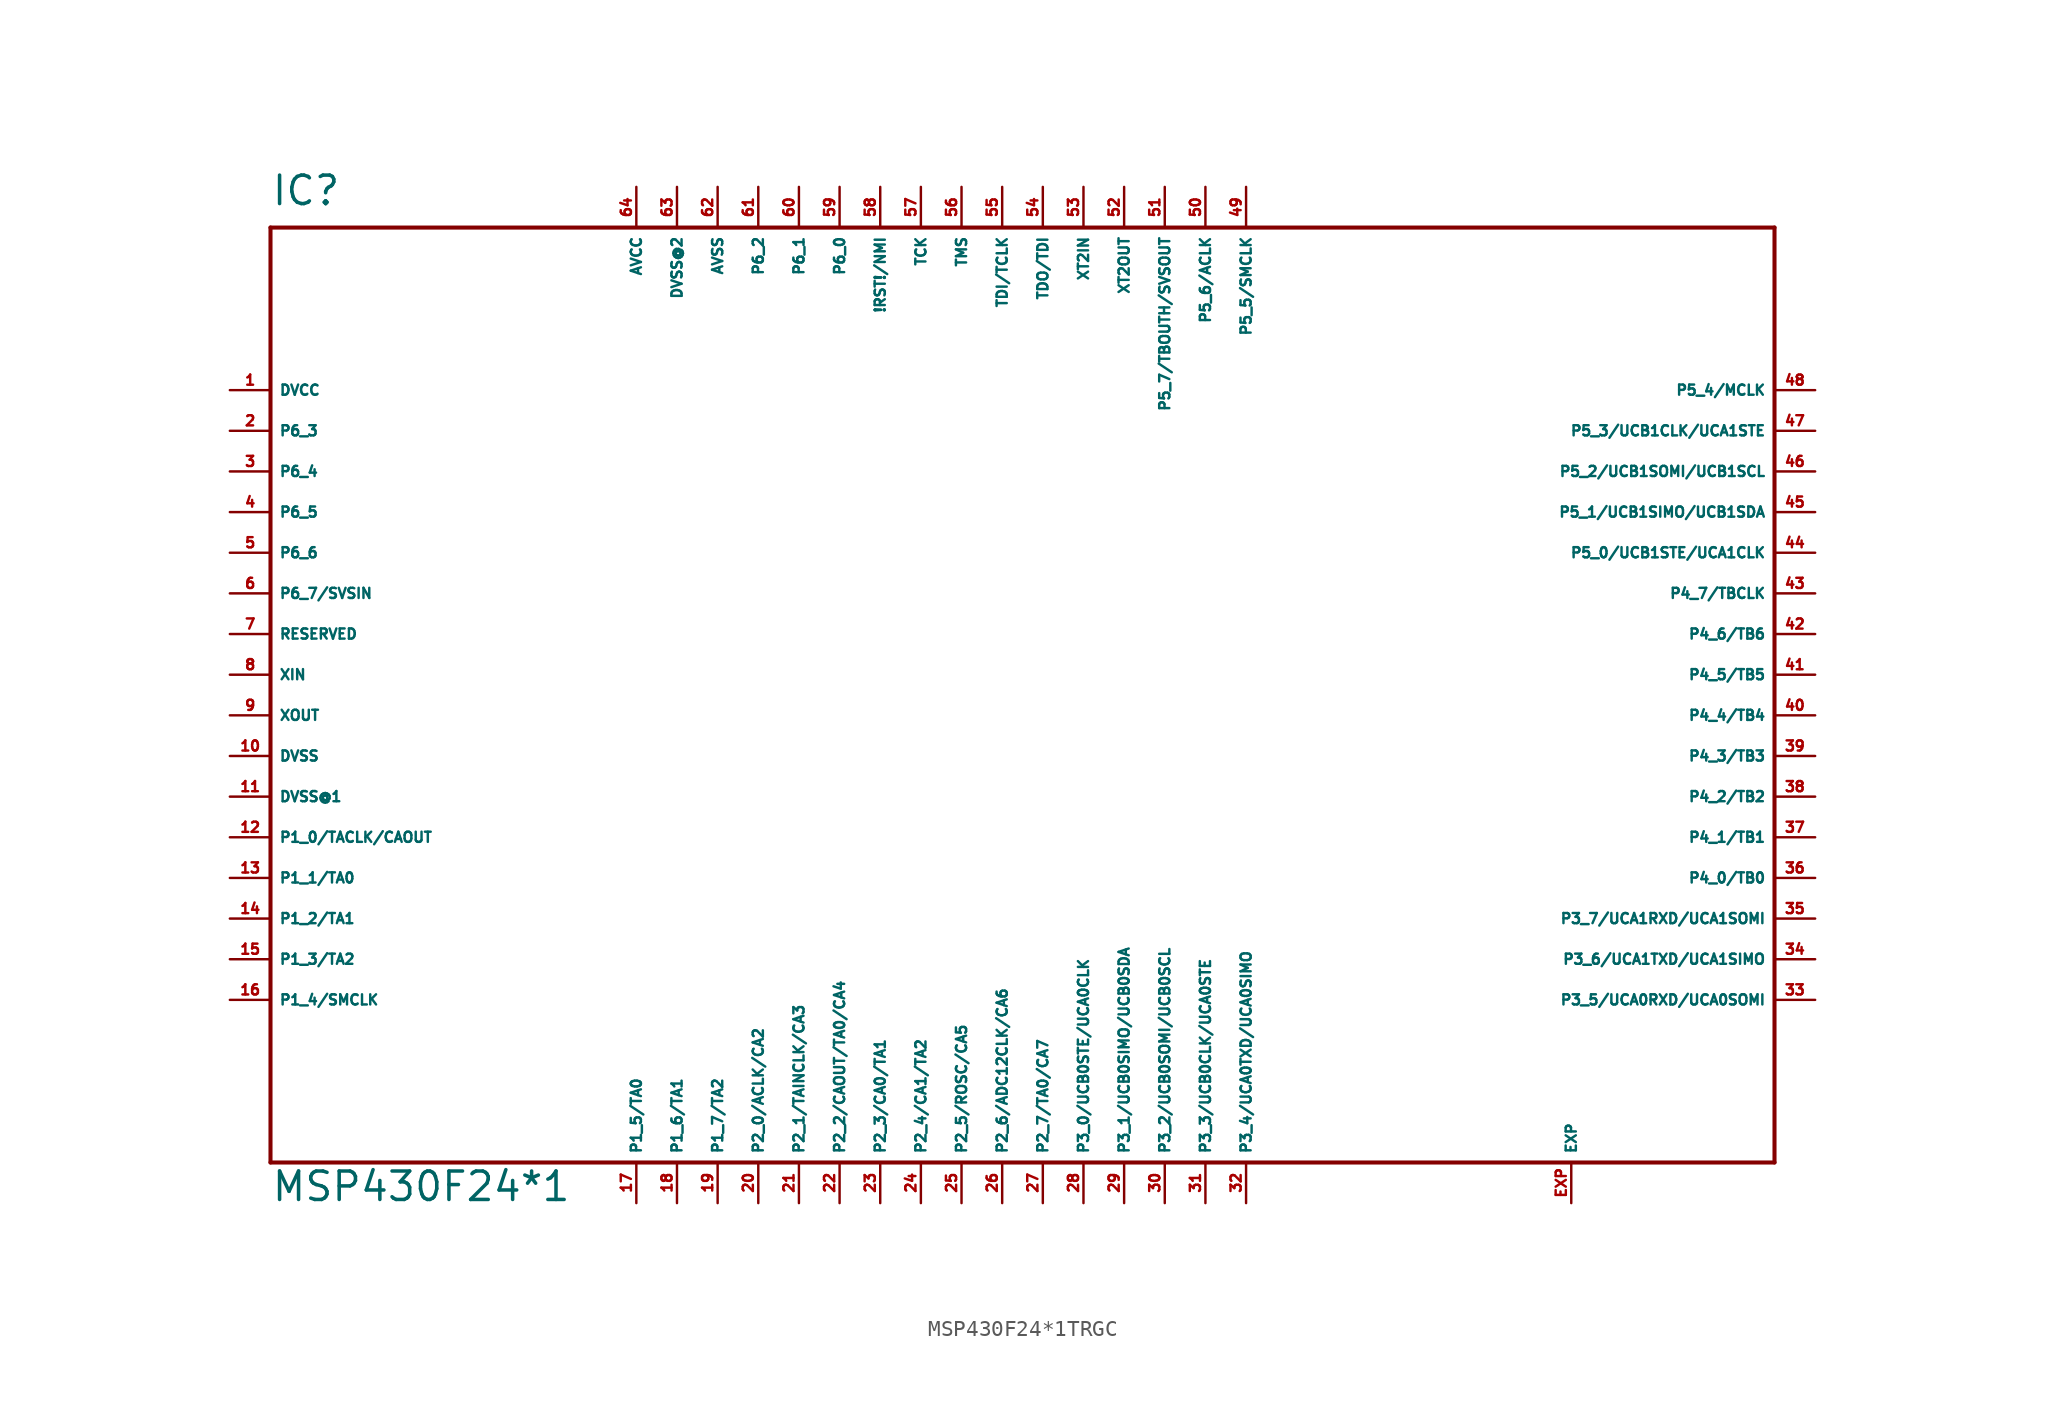
<source format=kicad_sym>
(kicad_symbol_lib
  (version 20220914)
  (generator Eagle2Kicad)
  (symbol "MSP430F24*1TRGC"
    (property "Reference" "IC"
      (at -43.18 29.21 0)
      (effects (font (size 1.778 1.778) (thickness 0.22)) (justify left bottom)))
    (property "Value" "MSP430F24*1"
      (at -43.18 -33.02 0)
      (effects (font (size 1.778 1.778) (thickness 0.22)) (justify left bottom)))
    (polyline
      (pts (xy -43.18 -30.48) (xy 50.8 -30.48))
      (stroke (width 0.254) (type default))
      (fill (type none)))
    (polyline
      (pts (xy 50.8 -30.48) (xy 50.8 27.94))
      (stroke (width 0.254) (type default))
      (fill (type none)))
    (polyline
      (pts (xy 50.8 27.94) (xy -43.18 27.94))
      (stroke (width 0.254) (type default))
      (fill (type none)))
    (polyline
      (pts (xy -43.18 27.94) (xy -43.18 -30.48))
      (stroke (width 0.254) (type default))
      (fill (type none)))
    (pin unspecified line
      (at -45.72 17.78 0)
      (length 2.54)
      (name "DVCC" (effects (font (size 0.635 0.635) (thickness 0.08)) (justify left bottom)))
      (number "1" (effects (font (size 0.635 0.635) (thickness 0.08)) (justify left bottom))))
    (pin bidirectional line
      (at -45.72 15.24 0)
      (length 2.54)
      (name "P6_3" (effects (font (size 0.635 0.635) (thickness 0.08)) (justify left bottom)))
      (number "2" (effects (font (size 0.635 0.635) (thickness 0.08)) (justify left bottom))))
    (pin bidirectional line
      (at -45.72 12.7 0)
      (length 2.54)
      (name "P6_4" (effects (font (size 0.635 0.635) (thickness 0.08)) (justify left bottom)))
      (number "3" (effects (font (size 0.635 0.635) (thickness 0.08)) (justify left bottom))))
    (pin bidirectional line
      (at -45.72 10.16 0)
      (length 2.54)
      (name "P6_5" (effects (font (size 0.635 0.635) (thickness 0.08)) (justify left bottom)))
      (number "4" (effects (font (size 0.635 0.635) (thickness 0.08)) (justify left bottom))))
    (pin bidirectional line
      (at -45.72 7.62 0)
      (length 2.54)
      (name "P6_6" (effects (font (size 0.635 0.635) (thickness 0.08)) (justify left bottom)))
      (number "5" (effects (font (size 0.635 0.635) (thickness 0.08)) (justify left bottom))))
    (pin bidirectional line
      (at -45.72 5.08 0)
      (length 2.54)
      (name "P6_7/SVSIN" (effects (font (size 0.635 0.635) (thickness 0.08)) (justify left bottom)))
      (number "6" (effects (font (size 0.635 0.635) (thickness 0.08)) (justify left bottom))))
    (pin output line
      (at -45.72 2.54 0)
      (length 2.54)
      (name "RESERVED" (effects (font (size 0.635 0.635) (thickness 0.08)) (justify left bottom)))
      (number "7" (effects (font (size 0.635 0.635) (thickness 0.08)) (justify left bottom))))
    (pin input line
      (at -45.72 0 0)
      (length 2.54)
      (name "XIN" (effects (font (size 0.635 0.635) (thickness 0.08)) (justify left bottom)))
      (number "8" (effects (font (size 0.635 0.635) (thickness 0.08)) (justify left bottom))))
    (pin output line
      (at -45.72 -2.54 0)
      (length 2.54)
      (name "XOUT" (effects (font (size 0.635 0.635) (thickness 0.08)) (justify left bottom)))
      (number "9" (effects (font (size 0.635 0.635) (thickness 0.08)) (justify left bottom))))
    (pin input line
      (at -45.72 -5.08 0)
      (length 2.54)
      (name "DVSS" (effects (font (size 0.635 0.635) (thickness 0.08)) (justify left bottom)))
      (number "10" (effects (font (size 0.635 0.635) (thickness 0.08)) (justify left bottom))))
    (pin input line
      (at -45.72 -7.62 0)
      (length 2.54)
      (name "DVSS@1" (effects (font (size 0.635 0.635) (thickness 0.08)) (justify left bottom)))
      (number "11" (effects (font (size 0.635 0.635) (thickness 0.08)) (justify left bottom))))
    (pin bidirectional line
      (at -45.72 -10.16 0)
      (length 2.54)
      (name "P1_0/TACLK/CAOUT" (effects (font (size 0.635 0.635) (thickness 0.08)) (justify left bottom)))
      (number "12" (effects (font (size 0.635 0.635) (thickness 0.08)) (justify left bottom))))
    (pin bidirectional line
      (at -45.72 -12.7 0)
      (length 2.54)
      (name "P1_1/TA0" (effects (font (size 0.635 0.635) (thickness 0.08)) (justify left bottom)))
      (number "13" (effects (font (size 0.635 0.635) (thickness 0.08)) (justify left bottom))))
    (pin bidirectional line
      (at -45.72 -15.24 0)
      (length 2.54)
      (name "P1_2/TA1" (effects (font (size 0.635 0.635) (thickness 0.08)) (justify left bottom)))
      (number "14" (effects (font (size 0.635 0.635) (thickness 0.08)) (justify left bottom))))
    (pin bidirectional line
      (at -45.72 -17.78 0)
      (length 2.54)
      (name "P1_3/TA2" (effects (font (size 0.635 0.635) (thickness 0.08)) (justify left bottom)))
      (number "15" (effects (font (size 0.635 0.635) (thickness 0.08)) (justify left bottom))))
    (pin bidirectional line
      (at -45.72 -20.32 0)
      (length 2.54)
      (name "P1_4/SMCLK" (effects (font (size 0.635 0.635) (thickness 0.08)) (justify left bottom)))
      (number "16" (effects (font (size 0.635 0.635) (thickness 0.08)) (justify left bottom))))
    (pin bidirectional line
      (at -20.32 -33.02 90)
      (length 2.54)
      (name "P1_5/TA0" (effects (font (size 0.635 0.635) (thickness 0.08)) (justify left bottom)))
      (number "17" (effects (font (size 0.635 0.635) (thickness 0.08)) (justify left bottom))))
    (pin bidirectional line
      (at -17.78 -33.02 90)
      (length 2.54)
      (name "P1_6/TA1" (effects (font (size 0.635 0.635) (thickness 0.08)) (justify left bottom)))
      (number "18" (effects (font (size 0.635 0.635) (thickness 0.08)) (justify left bottom))))
    (pin bidirectional line
      (at -15.24 -33.02 90)
      (length 2.54)
      (name "P1_7/TA2" (effects (font (size 0.635 0.635) (thickness 0.08)) (justify left bottom)))
      (number "19" (effects (font (size 0.635 0.635) (thickness 0.08)) (justify left bottom))))
    (pin bidirectional line
      (at -12.7 -33.02 90)
      (length 2.54)
      (name "P2_0/ACLK/CA2" (effects (font (size 0.635 0.635) (thickness 0.08)) (justify left bottom)))
      (number "20" (effects (font (size 0.635 0.635) (thickness 0.08)) (justify left bottom))))
    (pin bidirectional line
      (at -10.16 -33.02 90)
      (length 2.54)
      (name "P2_1/TAINCLK/CA3" (effects (font (size 0.635 0.635) (thickness 0.08)) (justify left bottom)))
      (number "21" (effects (font (size 0.635 0.635) (thickness 0.08)) (justify left bottom))))
    (pin bidirectional line
      (at -7.62 -33.02 90)
      (length 2.54)
      (name "P2_2/CAOUT/TA0/CA4" (effects (font (size 0.635 0.635) (thickness 0.08)) (justify left bottom)))
      (number "22" (effects (font (size 0.635 0.635) (thickness 0.08)) (justify left bottom))))
    (pin bidirectional line
      (at -5.08 -33.02 90)
      (length 2.54)
      (name "P2_3/CA0/TA1" (effects (font (size 0.635 0.635) (thickness 0.08)) (justify left bottom)))
      (number "23" (effects (font (size 0.635 0.635) (thickness 0.08)) (justify left bottom))))
    (pin bidirectional line
      (at -2.54 -33.02 90)
      (length 2.54)
      (name "P2_4/CA1/TA2" (effects (font (size 0.635 0.635) (thickness 0.08)) (justify left bottom)))
      (number "24" (effects (font (size 0.635 0.635) (thickness 0.08)) (justify left bottom))))
    (pin bidirectional line
      (at 0 -33.02 90)
      (length 2.54)
      (name "P2_5/ROSC/CA5" (effects (font (size 0.635 0.635) (thickness 0.08)) (justify left bottom)))
      (number "25" (effects (font (size 0.635 0.635) (thickness 0.08)) (justify left bottom))))
    (pin bidirectional line
      (at 2.54 -33.02 90)
      (length 2.54)
      (name "P2_6/ADC12CLK/CA6" (effects (font (size 0.635 0.635) (thickness 0.08)) (justify left bottom)))
      (number "26" (effects (font (size 0.635 0.635) (thickness 0.08)) (justify left bottom))))
    (pin bidirectional line
      (at 5.08 -33.02 90)
      (length 2.54)
      (name "P2_7/TA0/CA7" (effects (font (size 0.635 0.635) (thickness 0.08)) (justify left bottom)))
      (number "27" (effects (font (size 0.635 0.635) (thickness 0.08)) (justify left bottom))))
    (pin bidirectional line
      (at 7.62 -33.02 90)
      (length 2.54)
      (name "P3_0/UCB0STE/UCA0CLK" (effects (font (size 0.635 0.635) (thickness 0.08)) (justify left bottom)))
      (number "28" (effects (font (size 0.635 0.635) (thickness 0.08)) (justify left bottom))))
    (pin bidirectional line
      (at 10.16 -33.02 90)
      (length 2.54)
      (name "P3_1/UCB0SIMO/UCB0SDA" (effects (font (size 0.635 0.635) (thickness 0.08)) (justify left bottom)))
      (number "29" (effects (font (size 0.635 0.635) (thickness 0.08)) (justify left bottom))))
    (pin bidirectional line
      (at 12.7 -33.02 90)
      (length 2.54)
      (name "P3_2/UCB0SOMI/UCB0SCL" (effects (font (size 0.635 0.635) (thickness 0.08)) (justify left bottom)))
      (number "30" (effects (font (size 0.635 0.635) (thickness 0.08)) (justify left bottom))))
    (pin bidirectional line
      (at 15.24 -33.02 90)
      (length 2.54)
      (name "P3_3/UCB0CLK/UCA0STE" (effects (font (size 0.635 0.635) (thickness 0.08)) (justify left bottom)))
      (number "31" (effects (font (size 0.635 0.635) (thickness 0.08)) (justify left bottom))))
    (pin bidirectional line
      (at 17.78 -33.02 90)
      (length 2.54)
      (name "P3_4/UCA0TXD/UCA0SIMO" (effects (font (size 0.635 0.635) (thickness 0.08)) (justify left bottom)))
      (number "32" (effects (font (size 0.635 0.635) (thickness 0.08)) (justify left bottom))))
    (pin bidirectional line
      (at 53.34 -20.32 180)
      (length 2.54)
      (name "P3_5/UCA0RXD/UCA0SOMI" (effects (font (size 0.635 0.635) (thickness 0.08)) (justify left bottom)))
      (number "33" (effects (font (size 0.635 0.635) (thickness 0.08)) (justify left bottom))))
    (pin bidirectional line
      (at 53.34 -17.78 180)
      (length 2.54)
      (name "P3_6/UCA1TXD/UCA1SIMO" (effects (font (size 0.635 0.635) (thickness 0.08)) (justify left bottom)))
      (number "34" (effects (font (size 0.635 0.635) (thickness 0.08)) (justify left bottom))))
    (pin bidirectional line
      (at 53.34 -15.24 180)
      (length 2.54)
      (name "P3_7/UCA1RXD/UCA1SOMI" (effects (font (size 0.635 0.635) (thickness 0.08)) (justify left bottom)))
      (number "35" (effects (font (size 0.635 0.635) (thickness 0.08)) (justify left bottom))))
    (pin bidirectional line
      (at 53.34 -12.7 180)
      (length 2.54)
      (name "P4_0/TB0" (effects (font (size 0.635 0.635) (thickness 0.08)) (justify left bottom)))
      (number "36" (effects (font (size 0.635 0.635) (thickness 0.08)) (justify left bottom))))
    (pin bidirectional line
      (at 53.34 -10.16 180)
      (length 2.54)
      (name "P4_1/TB1" (effects (font (size 0.635 0.635) (thickness 0.08)) (justify left bottom)))
      (number "37" (effects (font (size 0.635 0.635) (thickness 0.08)) (justify left bottom))))
    (pin bidirectional line
      (at 53.34 -7.62 180)
      (length 2.54)
      (name "P4_2/TB2" (effects (font (size 0.635 0.635) (thickness 0.08)) (justify left bottom)))
      (number "38" (effects (font (size 0.635 0.635) (thickness 0.08)) (justify left bottom))))
    (pin bidirectional line
      (at 53.34 -5.08 180)
      (length 2.54)
      (name "P4_3/TB3" (effects (font (size 0.635 0.635) (thickness 0.08)) (justify left bottom)))
      (number "39" (effects (font (size 0.635 0.635) (thickness 0.08)) (justify left bottom))))
    (pin bidirectional line
      (at 53.34 -2.54 180)
      (length 2.54)
      (name "P4_4/TB4" (effects (font (size 0.635 0.635) (thickness 0.08)) (justify left bottom)))
      (number "40" (effects (font (size 0.635 0.635) (thickness 0.08)) (justify left bottom))))
    (pin bidirectional line
      (at 53.34 0 180)
      (length 2.54)
      (name "P4_5/TB5" (effects (font (size 0.635 0.635) (thickness 0.08)) (justify left bottom)))
      (number "41" (effects (font (size 0.635 0.635) (thickness 0.08)) (justify left bottom))))
    (pin bidirectional line
      (at 53.34 2.54 180)
      (length 2.54)
      (name "P4_6/TB6" (effects (font (size 0.635 0.635) (thickness 0.08)) (justify left bottom)))
      (number "42" (effects (font (size 0.635 0.635) (thickness 0.08)) (justify left bottom))))
    (pin bidirectional line
      (at 53.34 5.08 180)
      (length 2.54)
      (name "P4_7/TBCLK" (effects (font (size 0.635 0.635) (thickness 0.08)) (justify left bottom)))
      (number "43" (effects (font (size 0.635 0.635) (thickness 0.08)) (justify left bottom))))
    (pin bidirectional line
      (at 53.34 7.62 180)
      (length 2.54)
      (name "P5_0/UCB1STE/UCA1CLK" (effects (font (size 0.635 0.635) (thickness 0.08)) (justify left bottom)))
      (number "44" (effects (font (size 0.635 0.635) (thickness 0.08)) (justify left bottom))))
    (pin bidirectional line
      (at 53.34 10.16 180)
      (length 2.54)
      (name "P5_1/UCB1SIMO/UCB1SDA" (effects (font (size 0.635 0.635) (thickness 0.08)) (justify left bottom)))
      (number "45" (effects (font (size 0.635 0.635) (thickness 0.08)) (justify left bottom))))
    (pin bidirectional line
      (at 53.34 12.7 180)
      (length 2.54)
      (name "P5_2/UCB1SOMI/UCB1SCL" (effects (font (size 0.635 0.635) (thickness 0.08)) (justify left bottom)))
      (number "46" (effects (font (size 0.635 0.635) (thickness 0.08)) (justify left bottom))))
    (pin bidirectional line
      (at 53.34 15.24 180)
      (length 2.54)
      (name "P5_3/UCB1CLK/UCA1STE" (effects (font (size 0.635 0.635) (thickness 0.08)) (justify left bottom)))
      (number "47" (effects (font (size 0.635 0.635) (thickness 0.08)) (justify left bottom))))
    (pin bidirectional line
      (at 53.34 17.78 180)
      (length 2.54)
      (name "P5_4/MCLK" (effects (font (size 0.635 0.635) (thickness 0.08)) (justify left bottom)))
      (number "48" (effects (font (size 0.635 0.635) (thickness 0.08)) (justify left bottom))))
    (pin bidirectional line
      (at 17.78 30.48 270)
      (length 2.54)
      (name "P5_5/SMCLK" (effects (font (size 0.635 0.635) (thickness 0.08)) (justify left bottom)))
      (number "49" (effects (font (size 0.635 0.635) (thickness 0.08)) (justify left bottom))))
    (pin bidirectional line
      (at 15.24 30.48 270)
      (length 2.54)
      (name "P5_6/ACLK" (effects (font (size 0.635 0.635) (thickness 0.08)) (justify left bottom)))
      (number "50" (effects (font (size 0.635 0.635) (thickness 0.08)) (justify left bottom))))
    (pin bidirectional line
      (at 12.7 30.48 270)
      (length 2.54)
      (name "P5_7/TBOUTH/SVSOUT" (effects (font (size 0.635 0.635) (thickness 0.08)) (justify left bottom)))
      (number "51" (effects (font (size 0.635 0.635) (thickness 0.08)) (justify left bottom))))
    (pin output line
      (at 10.16 30.48 270)
      (length 2.54)
      (name "XT2OUT" (effects (font (size 0.635 0.635) (thickness 0.08)) (justify left bottom)))
      (number "52" (effects (font (size 0.635 0.635) (thickness 0.08)) (justify left bottom))))
    (pin input line
      (at 7.62 30.48 270)
      (length 2.54)
      (name "XT2IN" (effects (font (size 0.635 0.635) (thickness 0.08)) (justify left bottom)))
      (number "53" (effects (font (size 0.635 0.635) (thickness 0.08)) (justify left bottom))))
    (pin bidirectional line
      (at 5.08 30.48 270)
      (length 2.54)
      (name "TDO/TDI" (effects (font (size 0.635 0.635) (thickness 0.08)) (justify left bottom)))
      (number "54" (effects (font (size 0.635 0.635) (thickness 0.08)) (justify left bottom))))
    (pin input line
      (at 2.54 30.48 270)
      (length 2.54)
      (name "TDI/TCLK" (effects (font (size 0.635 0.635) (thickness 0.08)) (justify left bottom)))
      (number "55" (effects (font (size 0.635 0.635) (thickness 0.08)) (justify left bottom))))
    (pin input line
      (at 0 30.48 270)
      (length 2.54)
      (name "TMS" (effects (font (size 0.635 0.635) (thickness 0.08)) (justify left bottom)))
      (number "56" (effects (font (size 0.635 0.635) (thickness 0.08)) (justify left bottom))))
    (pin input line
      (at -2.54 30.48 270)
      (length 2.54)
      (name "TCK" (effects (font (size 0.635 0.635) (thickness 0.08)) (justify left bottom)))
      (number "57" (effects (font (size 0.635 0.635) (thickness 0.08)) (justify left bottom))))
    (pin input line
      (at -5.08 30.48 270)
      (length 2.54)
      (name "!RST!/NMI" (effects (font (size 0.635 0.635) (thickness 0.08)) (justify left bottom)))
      (number "58" (effects (font (size 0.635 0.635) (thickness 0.08)) (justify left bottom))))
    (pin bidirectional line
      (at -7.62 30.48 270)
      (length 2.54)
      (name "P6_0" (effects (font (size 0.635 0.635) (thickness 0.08)) (justify left bottom)))
      (number "59" (effects (font (size 0.635 0.635) (thickness 0.08)) (justify left bottom))))
    (pin bidirectional line
      (at -10.16 30.48 270)
      (length 2.54)
      (name "P6_1" (effects (font (size 0.635 0.635) (thickness 0.08)) (justify left bottom)))
      (number "60" (effects (font (size 0.635 0.635) (thickness 0.08)) (justify left bottom))))
    (pin bidirectional line
      (at -12.7 30.48 270)
      (length 2.54)
      (name "P6_2" (effects (font (size 0.635 0.635) (thickness 0.08)) (justify left bottom)))
      (number "61" (effects (font (size 0.635 0.635) (thickness 0.08)) (justify left bottom))))
    (pin unspecified line
      (at -15.24 30.48 270)
      (length 2.54)
      (name "AVSS" (effects (font (size 0.635 0.635) (thickness 0.08)) (justify left bottom)))
      (number "62" (effects (font (size 0.635 0.635) (thickness 0.08)) (justify left bottom))))
    (pin unspecified line
      (at -17.78 30.48 270)
      (length 2.54)
      (name "DVSS@2" (effects (font (size 0.635 0.635) (thickness 0.08)) (justify left bottom)))
      (number "63" (effects (font (size 0.635 0.635) (thickness 0.08)) (justify left bottom))))
    (pin unspecified line
      (at -20.32 30.48 270)
      (length 2.54)
      (name "AVCC" (effects (font (size 0.635 0.635) (thickness 0.08)) (justify left bottom)))
      (number "64" (effects (font (size 0.635 0.635) (thickness 0.08)) (justify left bottom))))
    (pin passive line
      (at 38.1 -33.02 90)
      (length 2.54)
      (name "EXP" (effects (font (size 0.635 0.635) (thickness 0.08)) (justify left bottom)))
      (number "EXP" (effects (font (size 0.635 0.635) (thickness 0.08)) (justify left bottom))))))
</source>
